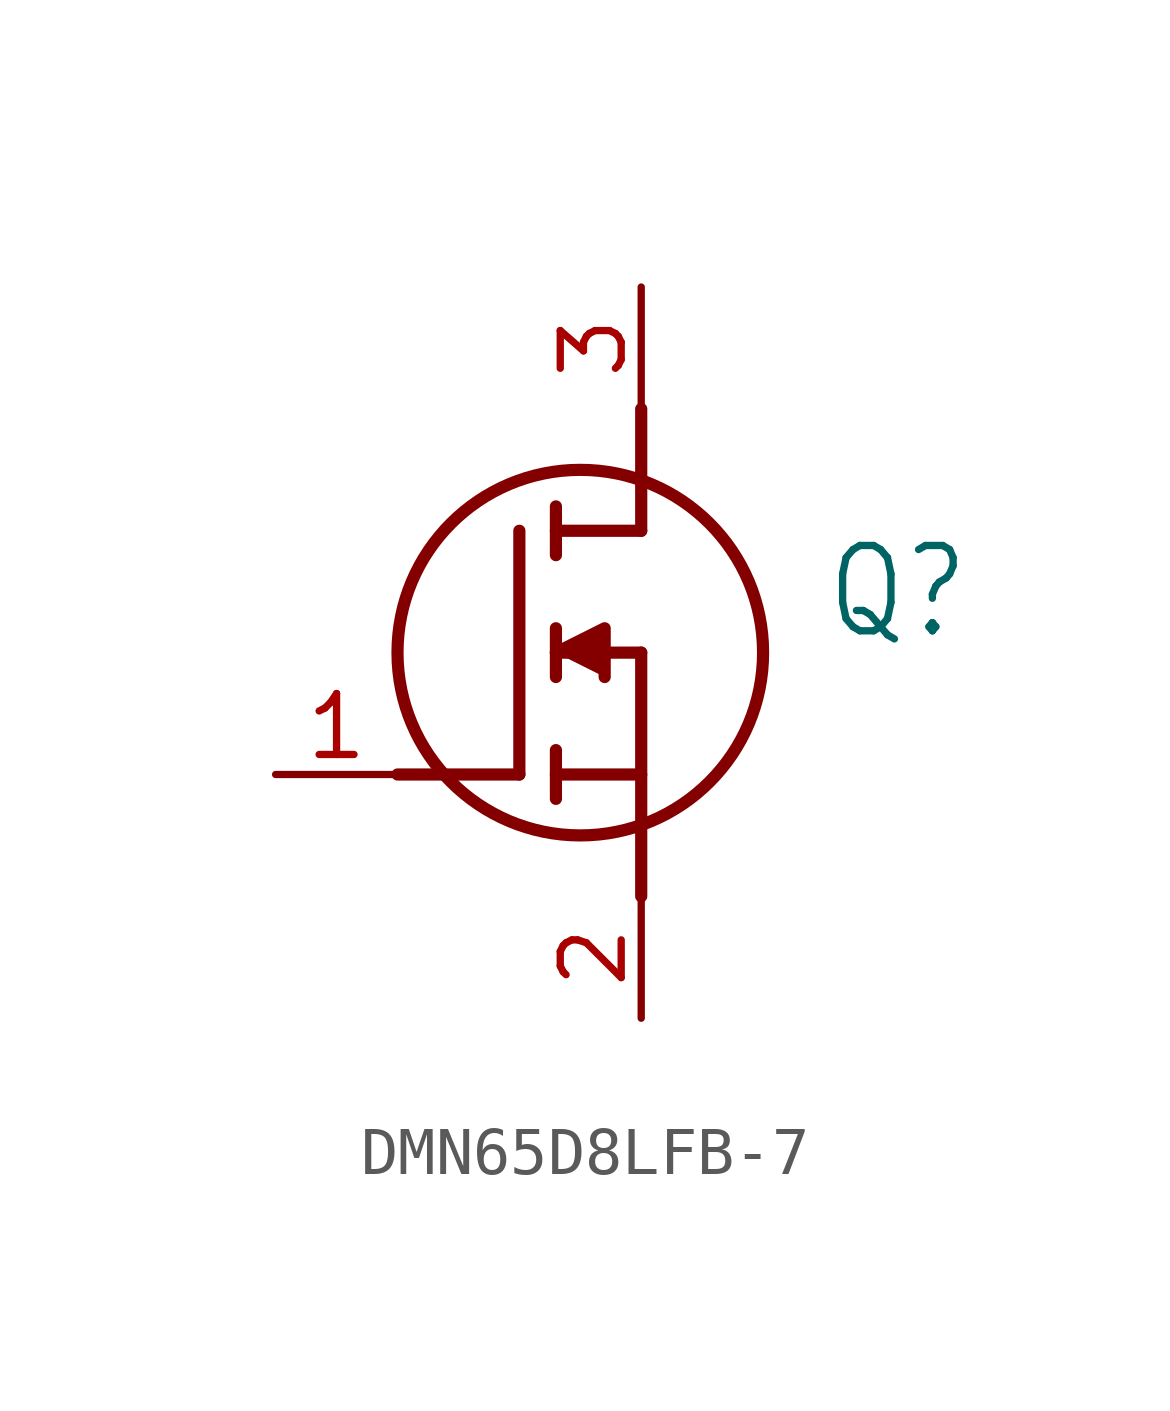
<source format=kicad_sym>
(kicad_symbol_lib
  (version 20231120)
  (generator "kicad_symbol_editor")
  (generator_version "8.0")
  (symbol "DMN65D8LFB-7"
    (property "Reference" "Q"
      (at 11.43 3.81 0)
      (effects (font (size 1.778 1.511)) (justify left)))
    (property "Value" ""
      (at 11.43 1.27 0)
      (effects (font (size 1.778 1.511)) (justify left)))
    (property "ki_locked" ""
      (at 0 0 0)
      (effects (font (size 1.27 1.27))))
    (symbol "DMN65D8LFB-7_1_0"
      (polyline (pts (xy 2.54 0) (xy 5.08 0)) (stroke (width 0.254) (type solid)) (fill (type none)))
      (polyline (pts (xy 5.08 5.08) (xy 5.08 0)) (stroke (width 0.254) (type solid)) (fill (type none)))
      (polyline (pts (xy 5.842 -0.508) (xy 5.842 0.508)) (stroke (width 0.254) (type solid)) (fill (type none)))
      (polyline (pts (xy 5.842 0) (xy 7.62 0)) (stroke (width 0.254) (type solid)) (fill (type none)))
      (polyline (pts (xy 5.842 2.032) (xy 5.842 3.048)) (stroke (width 0.254) (type solid)) (fill (type none)))
      (polyline (pts (xy 5.842 5.588) (xy 5.842 4.572)) (stroke (width 0.254) (type solid)) (fill (type none)))
      (polyline (pts (xy 7.62 2.54) (xy 5.842 2.54)) (stroke (width 0.254) (type solid)) (fill (type none)))
      (polyline (pts (xy 7.62 2.54) (xy 7.62 -2.54)) (stroke (width 0.254) (type solid)) (fill (type none)))
      (polyline (pts (xy 7.62 5.08) (xy 5.842 5.08)) (stroke (width 0.254) (type solid)) (fill (type none)))
      (polyline (pts (xy 7.62 5.08) (xy 7.62 7.62)) (stroke (width 0.254) (type solid)) (fill (type none)))
      (polyline (pts (xy 5.842 2.54) (xy 6.858 3.048) (xy 6.858 2.032)) (stroke (width 0.254) (type solid)) (fill (type outline)))
      (circle (center 6.35 2.54) (radius 3.81) (stroke (width 0.254) (type solid)) (fill (type none)))
      (pin bidirectional line (at 0 0 0) (length 2.54) (name "G" (effects (font (size 0 0)))) (number "1" (effects (font (size 1.27 1.27)))))
      (pin bidirectional line (at 7.62 -5.08 90) (length 2.54) (name "S" (effects (font (size 0 0)))) (number "2" (effects (font (size 1.27 1.27)))))
      (pin bidirectional line (at 7.62 10.16 270) (length 2.54) (name "D" (effects (font (size 0 0)))) (number "3" (effects (font (size 1.27 1.27))))))))
</source>
